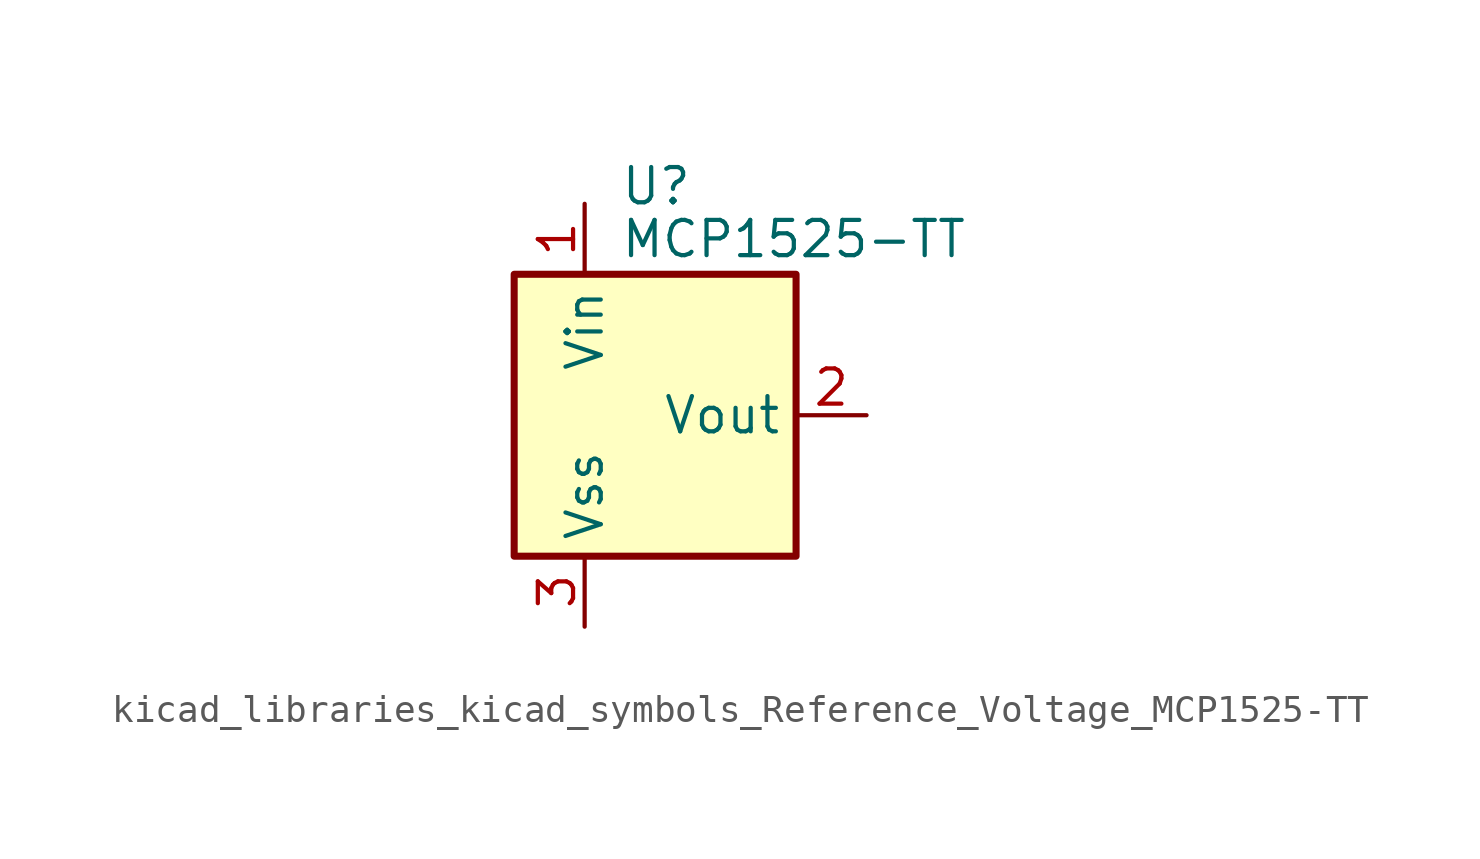
<source format=kicad_sym>
(kicad_symbol_lib
  (version 20220914)
  (generator kicad_symbol_editor)
  (symbol "kicad_libraries_kicad_symbols_Reference_Voltage_MCP1525-TT"
    (property "Reference" "U"
      (at 1.27 8.255 0)
      (effects (font (size 1.27 1.27)) (justify left)))
    (property "Value" "MCP1525-TT"
      (at 1.27 6.35 0)
      (effects (font (size 1.27 1.27)) (justify left)))
    (symbol "kicad_libraries_kicad_symbols_Reference_Voltage_MCP1525-TT_0_1"
      (rectangle (start -2.54 5.08) (end 7.62 -5.08) (stroke (width 0.254) (type default)) (fill (type background))))
    (symbol "kicad_libraries_kicad_symbols_Reference_Voltage_MCP1525-TT_1_1"
      (pin power_in line (at 0 7.62 270) (length 2.54) (name "Vin" (effects (font (size 1.27 1.27)))) (number "1" (effects (font (size 1.27 1.27)))))
      (pin power_out line (at 10.16 0 180) (length 2.54) (name "Vout" (effects (font (size 1.27 1.27)))) (number "2" (effects (font (size 1.27 1.27)))))
      (pin power_in line (at 0 -7.62 90) (length 2.54) (name "Vss" (effects (font (size 1.27 1.27)))) (number "3" (effects (font (size 1.27 1.27))))))))
</source>
